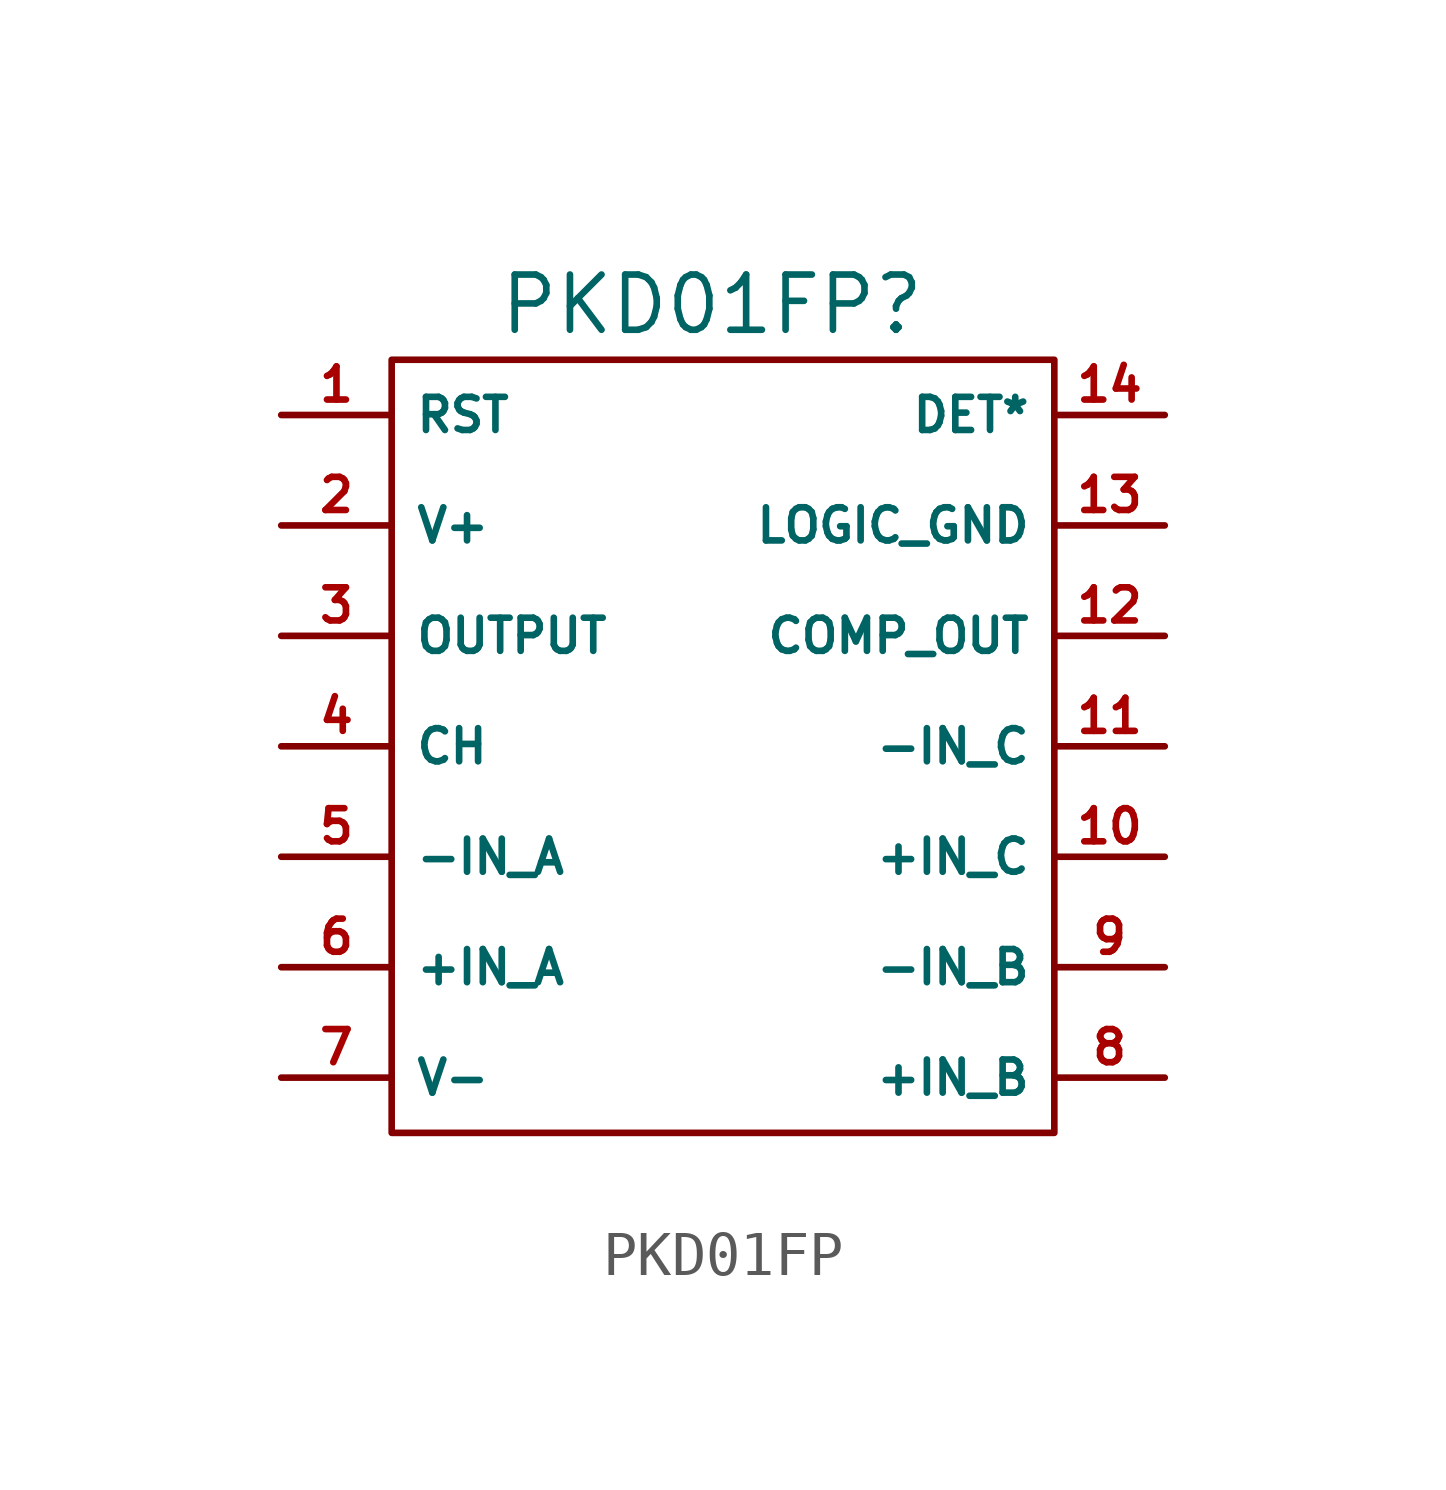
<source format=kicad_sym>
(kicad_symbol_lib
  (version 20231120)
  (generator "kicad_symbol_editor")
  (generator_version "8.0")
  (symbol "PKD01FP"
    (property "Reference" "PKD01FP"
      (at -0.254 1.27 0)
      (effects (font (size 1.27 1.27))))
    (property "Value" ""
      (at -2.54 1.524 0)
      (effects (font (size 1.27 1.27))))
    (symbol "PKD01FP_0_1"
      (rectangle (start -7.62 0) (end 7.62 -17.78) (stroke (width 0) (type default)) (fill (type none))))
    (symbol "PKD01FP_1_1"
      (pin bidirectional line (at -10.16 -1.27 0) (length 2.54) (name "RST" (effects (font (size 0.762 0.762)))) (number "1" (effects (font (size 0.762 0.762)))))
      (pin bidirectional line (at 10.16 -11.43 180) (length 2.54) (name "+IN_C" (effects (font (size 0.762 0.762)))) (number "10" (effects (font (size 0.762 0.762)))))
      (pin bidirectional line (at 10.16 -8.89 180) (length 2.54) (name "-IN_C" (effects (font (size 0.762 0.762)))) (number "11" (effects (font (size 0.762 0.762)))))
      (pin bidirectional line (at 10.16 -6.35 180) (length 2.54) (name "COMP_OUT" (effects (font (size 0.762 0.762)))) (number "12" (effects (font (size 0.762 0.762)))))
      (pin bidirectional line (at 10.16 -3.81 180) (length 2.54) (name "LOGIC_GND" (effects (font (size 0.762 0.762)))) (number "13" (effects (font (size 0.762 0.762)))))
      (pin bidirectional line (at 10.16 -1.27 180) (length 2.54) (name "DET*" (effects (font (size 0.762 0.762)))) (number "14" (effects (font (size 0.762 0.762)))))
      (pin bidirectional line (at -10.16 -3.81 0) (length 2.54) (name "V+" (effects (font (size 0.762 0.762)))) (number "2" (effects (font (size 0.762 0.762)))))
      (pin bidirectional line (at -10.16 -6.35 0) (length 2.54) (name "OUTPUT" (effects (font (size 0.762 0.762)))) (number "3" (effects (font (size 0.762 0.762)))))
      (pin bidirectional line (at -10.16 -8.89 0) (length 2.54) (name "CH" (effects (font (size 0.762 0.762)))) (number "4" (effects (font (size 0.762 0.762)))))
      (pin bidirectional line (at -10.16 -11.43 0) (length 2.54) (name "-IN_A" (effects (font (size 0.762 0.762)))) (number "5" (effects (font (size 0.762 0.762)))))
      (pin bidirectional line (at -10.16 -13.97 0) (length 2.54) (name "+IN_A" (effects (font (size 0.762 0.762)))) (number "6" (effects (font (size 0.762 0.762)))))
      (pin bidirectional line (at -10.16 -16.51 0) (length 2.54) (name "V-" (effects (font (size 0.762 0.762)))) (number "7" (effects (font (size 0.762 0.762)))))
      (pin bidirectional line (at 10.16 -16.51 180) (length 2.54) (name "+IN_B" (effects (font (size 0.762 0.762)))) (number "8" (effects (font (size 0.762 0.762)))))
      (pin bidirectional line (at 10.16 -13.97 180) (length 2.54) (name "-IN_B" (effects (font (size 0.762 0.762)))) (number "9" (effects (font (size 0.762 0.762))))))))
</source>
